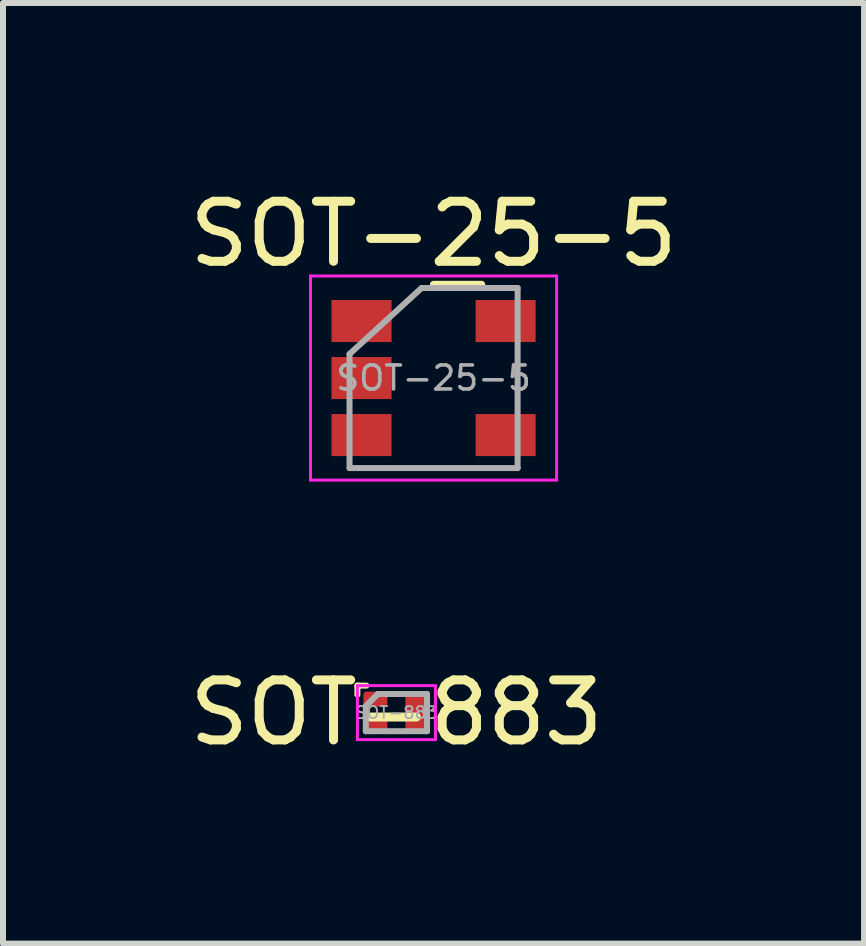
<source format=kicad_pcb>
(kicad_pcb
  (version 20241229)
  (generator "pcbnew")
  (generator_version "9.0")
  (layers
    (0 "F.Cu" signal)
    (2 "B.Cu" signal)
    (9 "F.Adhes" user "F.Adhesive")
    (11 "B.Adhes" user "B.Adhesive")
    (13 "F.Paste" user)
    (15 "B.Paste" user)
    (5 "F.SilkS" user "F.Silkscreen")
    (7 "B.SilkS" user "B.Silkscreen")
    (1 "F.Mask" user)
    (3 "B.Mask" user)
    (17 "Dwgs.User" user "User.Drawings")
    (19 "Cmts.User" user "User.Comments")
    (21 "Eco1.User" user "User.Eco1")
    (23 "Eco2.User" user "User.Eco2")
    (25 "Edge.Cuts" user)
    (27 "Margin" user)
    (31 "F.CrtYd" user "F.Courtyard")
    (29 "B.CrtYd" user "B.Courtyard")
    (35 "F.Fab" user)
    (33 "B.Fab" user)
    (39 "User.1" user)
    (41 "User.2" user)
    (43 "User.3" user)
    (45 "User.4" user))
  (footprint "SOT-25-5"
    (layer "F.Cu")
    (at 4.173 3.248)
    (property "Reference" "SOT-25-5" (at 0 -2.4 0) (layer "F.SilkS") (effects (font (size 1 1) (thickness 0.15))))
    (attr smd)
    (fp_line (start 0 -1.56) (end 0.8 -1.56) (stroke (width 0.12) (type solid)) (layer "F.SilkS"))
    (fp_line (start -2.05 -1.7) (end -2.05 1.7) (stroke (width 0.05) (type solid)) (layer "F.CrtYd"))
    (fp_line (start -2.05 1.7) (end 2.05 1.7) (stroke (width 0.05) (type solid)) (layer "F.CrtYd"))
    (fp_line (start 2.05 -1.7) (end -2.05 -1.7) (stroke (width 0.05) (type solid)) (layer "F.CrtYd"))
    (fp_line (start 2.05 1.7) (end 2.05 -1.7) (stroke (width 0.05) (type solid)) (layer "F.CrtYd"))
    (fp_line (start -1.4 -0.4) (end -0.2 -1.5) (stroke (width 0.1) (type solid)) (layer "F.Fab"))
    (fp_line (start -1.4 1.5) (end -1.4 -0.4) (stroke (width 0.1) (type solid)) (layer "F.Fab"))
    (fp_line (start -0.2 -1.5) (end 1.4 -1.5) (stroke (width 0.1) (type solid)) (layer "F.Fab"))
    (fp_line (start 1.4 -1.5) (end 1.4 1.5) (stroke (width 0.1) (type solid)) (layer "F.Fab"))
    (fp_line (start 1.4 1.5) (end -1.4 1.5) (stroke (width 0.1) (type solid)) (layer "F.Fab"))
    (fp_text user "${REFERENCE}" (at 0 0 0) (layer "F.Fab") (effects (font (size 0.4 0.4) (thickness 0.06))))
    (pad "1" smd rect (at -1.2 -0.95) (size 1 0.7) (layers "F.Cu" "F.Mask" "F.Paste"))
    (pad "2" smd rect (at -1.2 0) (size 1 0.7) (layers "F.Cu" "F.Mask" "F.Paste"))
    (pad "3" smd rect (at -1.2 0.95) (size 1 0.7) (layers "F.Cu" "F.Mask" "F.Paste"))
    (pad "4" smd rect (at 1.2 0.95) (size 1 0.7) (layers "F.Cu" "F.Mask" "F.Paste"))
    (pad "5" smd rect (at 1.2 -0.95) (size 1 0.7) (layers "F.Cu" "F.Mask" "F.Paste")))
  (footprint "SOT-883"
    (layer "F.Cu")
    (at 3.554 8.822)
    (property "Reference" "SOT-883" (at 0 0 0) (layer "F.SilkS") (effects (font (size 1 1) (thickness 0.15))))
    (attr smd)
    (fp_line (start -0.65 -0.45) (end -0.5 -0.45) (stroke (width 0.1) (type solid)) (layer "F.SilkS"))
    (fp_line (start -0.65 -0.3) (end -0.65 -0.45) (stroke (width 0.1) (type solid)) (layer "F.SilkS"))
    (fp_line (start -0.65 -0.45) (end 0.65 -0.45) (stroke (width 0.05) (type solid)) (layer "F.CrtYd"))
    (fp_line (start -0.65 0.45) (end -0.65 -0.45) (stroke (width 0.05) (type solid)) (layer "F.CrtYd"))
    (fp_line (start 0.65 -0.45) (end 0.65 0.45) (stroke (width 0.05) (type solid)) (layer "F.CrtYd"))
    (fp_line (start 0.65 0.45) (end -0.65 0.45) (stroke (width 0.05) (type solid)) (layer "F.CrtYd"))
    (fp_line (start -0.51 0.31) (end -0.51 -0.11) (stroke (width 0.1) (type solid)) (layer "F.Fab"))
    (fp_line (start -0.31 -0.31) (end -0.51 -0.11) (stroke (width 0.1) (type solid)) (layer "F.Fab"))
    (fp_line (start -0.31 -0.31) (end 0.51 -0.31) (stroke (width 0.1) (type solid)) (layer "F.Fab"))
    (fp_line (start 0.51 -0.31) (end 0.51 0.31) (stroke (width 0.1) (type solid)) (layer "F.Fab"))
    (fp_line (start 0.51 0.31) (end -0.51 0.31) (stroke (width 0.1) (type solid)) (layer "F.Fab"))
    (fp_text user "${REFERENCE}" (at 0 0 0) (layer "F.Fab") (effects (font (size 0.2 0.2) (thickness 0.03))))
    (pad "" smd roundrect (at -0.35 -0.225) (size 0.3 0.25) (layers "F.Paste") (roundrect_rratio 0.2))
    (pad "" smd roundrect (at -0.35 0.225) (size 0.3 0.25) (layers "F.Paste") (roundrect_rratio 0.2))
    (pad "" smd rect (at 0.35 0) (size 0.3 0.6) (layers "F.Paste"))
    (pad "1" smd roundrect (at -0.35 -0.225) (size 0.4 0.25) (layers "F.Cu" "F.Mask") (roundrect_rratio 0.2))
    (pad "2" smd roundrect (at -0.35 0.225) (size 0.4 0.25) (layers "F.Cu" "F.Mask") (roundrect_rratio 0.2))
    (pad "3" smd roundrect (at 0.35 0) (size 0.4 0.7) (layers "F.Cu" "F.Mask") (roundrect_rratio 0.125)))
  (gr_rect
    (start -3 -3)
    (end 11.345 12.67)
    (stroke (width 0.1) (type default))
    (fill no)
    (layer "Edge.Cuts")))
</source>
